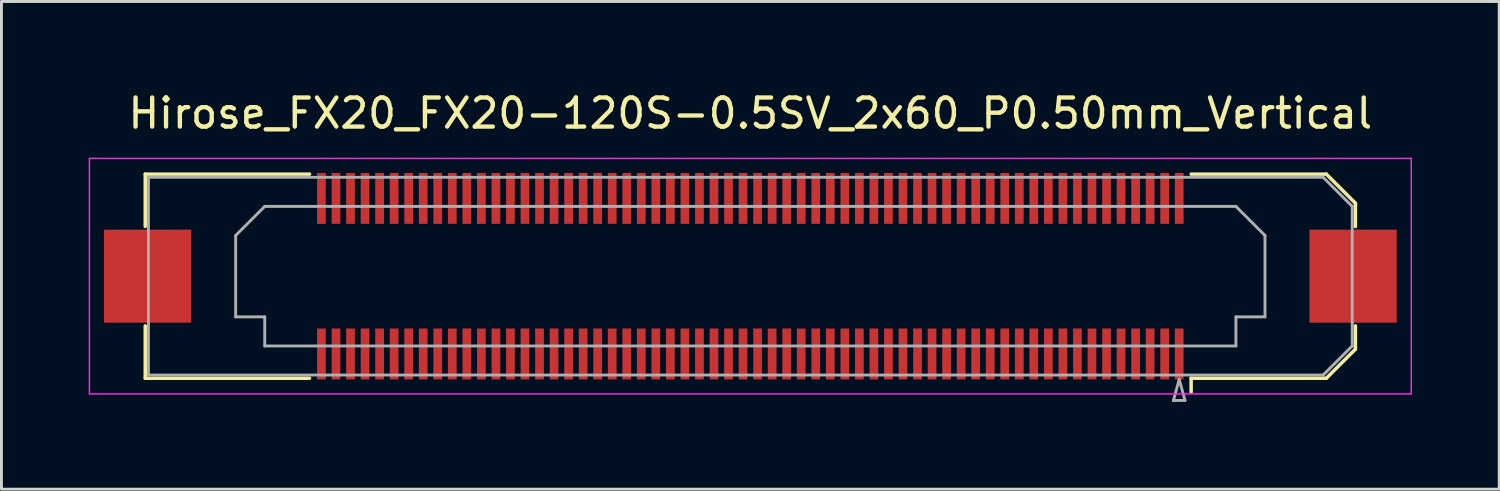
<source format=kicad_pcb>
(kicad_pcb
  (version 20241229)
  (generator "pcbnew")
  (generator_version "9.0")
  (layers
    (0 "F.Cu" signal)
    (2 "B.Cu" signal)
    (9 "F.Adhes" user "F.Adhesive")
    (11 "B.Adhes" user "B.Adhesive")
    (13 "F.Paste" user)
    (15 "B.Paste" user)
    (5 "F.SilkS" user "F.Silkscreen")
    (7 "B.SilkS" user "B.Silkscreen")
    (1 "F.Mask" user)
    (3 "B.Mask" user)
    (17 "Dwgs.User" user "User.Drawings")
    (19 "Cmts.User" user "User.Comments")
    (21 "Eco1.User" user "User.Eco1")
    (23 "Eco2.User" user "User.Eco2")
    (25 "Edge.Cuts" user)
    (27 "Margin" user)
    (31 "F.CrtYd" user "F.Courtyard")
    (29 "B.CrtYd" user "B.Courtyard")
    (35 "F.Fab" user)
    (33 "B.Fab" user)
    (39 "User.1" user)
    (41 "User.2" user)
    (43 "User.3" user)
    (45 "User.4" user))
  (footprint "Hirose_FX20_FX20-120S-0.5SV_2x60_P0.50mm_Vertical"
    (layer "F.Cu")
    (at 22.755 6.448)
    (property "Reference" "Hirose_FX20_FX20-120S-0.5SV_2x60_P0.50mm_Vertical" (at 0 -5.6 0) (layer "F.SilkS") (effects (font (size 1 1) (thickness 0.15))))
    (attr smd)
    (fp_line (start -20.81 -3.51) (end -15.16 -3.51) (stroke (width 0.12) (type solid)) (layer "F.SilkS"))
    (fp_line (start -20.81 -1.71) (end -20.81 -3.51) (stroke (width 0.12) (type solid)) (layer "F.SilkS"))
    (fp_line (start -20.81 3.51) (end -20.81 1.71) (stroke (width 0.12) (type solid)) (layer "F.SilkS"))
    (fp_line (start -15.16 3.51) (end -20.81 3.51) (stroke (width 0.12) (type solid)) (layer "F.SilkS"))
    (fp_line (start 15.16 3.51) (end 19.81 3.51) (stroke (width 0.12) (type solid)) (layer "F.SilkS"))
    (fp_line (start 15.16 3.983) (end 15.16 3.51) (stroke (width 0.12) (type solid)) (layer "F.SilkS"))
    (fp_line (start 19.81 -3.51) (end 15.16 -3.51) (stroke (width 0.12) (type solid)) (layer "F.SilkS"))
    (fp_line (start 19.81 3.51) (end 20.81 2.51) (stroke (width 0.12) (type solid)) (layer "F.SilkS"))
    (fp_line (start 20.81 -2.51) (end 19.81 -3.51) (stroke (width 0.12) (type solid)) (layer "F.SilkS"))
    (fp_line (start 20.81 -1.71) (end 20.81 -2.51) (stroke (width 0.12) (type solid)) (layer "F.SilkS"))
    (fp_line (start 20.81 2.51) (end 20.81 1.71) (stroke (width 0.12) (type solid)) (layer "F.SilkS"))
    (fp_line (start -22.73 -4.05) (end -22.73 4.05) (stroke (width 0.05) (type solid)) (layer "F.CrtYd"))
    (fp_line (start -22.73 4.05) (end 22.73 4.05) (stroke (width 0.05) (type solid)) (layer "F.CrtYd"))
    (fp_line (start 22.73 -4.05) (end -22.73 -4.05) (stroke (width 0.05) (type solid)) (layer "F.CrtYd"))
    (fp_line (start 22.73 4.05) (end 22.73 -4.05) (stroke (width 0.05) (type solid)) (layer "F.CrtYd"))
    (fp_line (start -20.7 -3.4) (end 19.7 -3.4) (stroke (width 0.1) (type solid)) (layer "F.Fab"))
    (fp_line (start -20.7 3.4) (end -20.7 -3.4) (stroke (width 0.1) (type solid)) (layer "F.Fab"))
    (fp_line (start -17.7 -1.4) (end -16.7 -2.4) (stroke (width 0.1) (type solid)) (layer "F.Fab"))
    (fp_line (start -17.7 1.4) (end -17.7 -1.4) (stroke (width 0.1) (type solid)) (layer "F.Fab"))
    (fp_line (start -16.7 -2.4) (end 16.7 -2.4) (stroke (width 0.1) (type solid)) (layer "F.Fab"))
    (fp_line (start -16.7 1.4) (end -17.7 1.4) (stroke (width 0.1) (type solid)) (layer "F.Fab"))
    (fp_line (start -16.7 2.4) (end -16.7 1.4) (stroke (width 0.1) (type solid)) (layer "F.Fab"))
    (fp_line (start 14.55 4.275) (end 14.95 4.275) (stroke (width 0.1) (type solid)) (layer "F.Fab"))
    (fp_line (start 14.75 3.55) (end 14.55 4.275) (stroke (width 0.1) (type solid)) (layer "F.Fab"))
    (fp_line (start 14.95 4.275) (end 14.75 3.55) (stroke (width 0.1) (type solid)) (layer "F.Fab"))
    (fp_line (start 16.7 -2.4) (end 17.7 -1.4) (stroke (width 0.1) (type solid)) (layer "F.Fab"))
    (fp_line (start 16.7 1.4) (end 16.7 2.4) (stroke (width 0.1) (type solid)) (layer "F.Fab"))
    (fp_line (start 16.7 2.4) (end -16.7 2.4) (stroke (width 0.1) (type solid)) (layer "F.Fab"))
    (fp_line (start 17.7 -1.4) (end 17.7 1.4) (stroke (width 0.1) (type solid)) (layer "F.Fab"))
    (fp_line (start 17.7 1.4) (end 16.7 1.4) (stroke (width 0.1) (type solid)) (layer "F.Fab"))
    (fp_line (start 19.7 -3.4) (end 20.7 -2.4) (stroke (width 0.1) (type solid)) (layer "F.Fab"))
    (fp_line (start 19.7 3.4) (end -20.7 3.4) (stroke (width 0.1) (type solid)) (layer "F.Fab"))
    (fp_line (start 20.7 -2.4) (end 20.7 2.4) (stroke (width 0.1) (type solid)) (layer "F.Fab"))
    (fp_line (start 20.7 2.4) (end 19.7 3.4) (stroke (width 0.1) (type solid)) (layer "F.Fab"))
    (pad "" smd rect (at -20.73 0) (size 2.98 3.18) (layers "F.Paste"))
    (pad "" smd rect (at -20.73 0) (size 3 3.2) (layers "F.Cu" "F.Mask"))
    (pad "" smd rect (at -14.75 -2.875) (size 0.28 1.35) (layers "F.Paste"))
    (pad "" smd rect (at -14.75 2.875) (size 0.28 1.35) (layers "F.Paste"))
    (pad "" smd rect (at -14.25 -2.875) (size 0.28 1.35) (layers "F.Paste"))
    (pad "" smd rect (at -14.25 2.875) (size 0.28 1.35) (layers "F.Paste"))
    (pad "" smd rect (at -13.75 -2.875) (size 0.28 1.35) (layers "F.Paste"))
    (pad "" smd rect (at -13.75 2.875) (size 0.28 1.35) (layers "F.Paste"))
    (pad "" smd rect (at -13.25 -2.875) (size 0.28 1.35) (layers "F.Paste"))
    (pad "" smd rect (at -13.25 2.875) (size 0.28 1.35) (layers "F.Paste"))
    (pad "" smd rect (at -12.75 -2.875) (size 0.28 1.35) (layers "F.Paste"))
    (pad "" smd rect (at -12.75 2.875) (size 0.28 1.35) (layers "F.Paste"))
    (pad "" smd rect (at -12.25 -2.875) (size 0.28 1.35) (layers "F.Paste"))
    (pad "" smd rect (at -12.25 2.875) (size 0.28 1.35) (layers "F.Paste"))
    (pad "" smd rect (at -11.75 -2.875) (size 0.28 1.35) (layers "F.Paste"))
    (pad "" smd rect (at -11.75 2.875) (size 0.28 1.35) (layers "F.Paste"))
    (pad "" smd rect (at -11.25 -2.875) (size 0.28 1.35) (layers "F.Paste"))
    (pad "" smd rect (at -11.25 2.875) (size 0.28 1.35) (layers "F.Paste"))
    (pad "" smd rect (at -10.75 -2.875) (size 0.28 1.35) (layers "F.Paste"))
    (pad "" smd rect (at -10.75 2.875) (size 0.28 1.35) (layers "F.Paste"))
    (pad "" smd rect (at -10.25 -2.875) (size 0.28 1.35) (layers "F.Paste"))
    (pad "" smd rect (at -10.25 2.875) (size 0.28 1.35) (layers "F.Paste"))
    (pad "" smd rect (at -9.75 -2.875) (size 0.28 1.35) (layers "F.Paste"))
    (pad "" smd rect (at -9.75 2.875) (size 0.28 1.35) (layers "F.Paste"))
    (pad "" smd rect (at -9.25 -2.875) (size 0.28 1.35) (layers "F.Paste"))
    (pad "" smd rect (at -9.25 2.875) (size 0.28 1.35) (layers "F.Paste"))
    (pad "" smd rect (at -8.75 -2.875) (size 0.28 1.35) (layers "F.Paste"))
    (pad "" smd rect (at -8.75 2.875) (size 0.28 1.35) (layers "F.Paste"))
    (pad "" smd rect (at -8.25 -2.875) (size 0.28 1.35) (layers "F.Paste"))
    (pad "" smd rect (at -8.25 2.875) (size 0.28 1.35) (layers "F.Paste"))
    (pad "" smd rect (at -7.75 -2.875) (size 0.28 1.35) (layers "F.Paste"))
    (pad "" smd rect (at -7.75 2.875) (size 0.28 1.35) (layers "F.Paste"))
    (pad "" smd rect (at -7.25 -2.875) (size 0.28 1.35) (layers "F.Paste"))
    (pad "" smd rect (at -7.25 2.875) (size 0.28 1.35) (layers "F.Paste"))
    (pad "" smd rect (at -6.75 -2.875) (size 0.28 1.35) (layers "F.Paste"))
    (pad "" smd rect (at -6.75 2.875) (size 0.28 1.35) (layers "F.Paste"))
    (pad "" smd rect (at -6.25 -2.875) (size 0.28 1.35) (layers "F.Paste"))
    (pad "" smd rect (at -6.25 2.875) (size 0.28 1.35) (layers "F.Paste"))
    (pad "" smd rect (at -5.75 -2.875) (size 0.28 1.35) (layers "F.Paste"))
    (pad "" smd rect (at -5.75 2.875) (size 0.28 1.35) (layers "F.Paste"))
    (pad "" smd rect (at -5.25 -2.875) (size 0.28 1.35) (layers "F.Paste"))
    (pad "" smd rect (at -5.25 2.875) (size 0.28 1.35) (layers "F.Paste"))
    (pad "" smd rect (at -4.75 -2.875) (size 0.28 1.35) (layers "F.Paste"))
    (pad "" smd rect (at -4.75 2.875) (size 0.28 1.35) (layers "F.Paste"))
    (pad "" smd rect (at -4.25 -2.875) (size 0.28 1.35) (layers "F.Paste"))
    (pad "" smd rect (at -4.25 2.875) (size 0.28 1.35) (layers "F.Paste"))
    (pad "" smd rect (at -3.75 -2.875) (size 0.28 1.35) (layers "F.Paste"))
    (pad "" smd rect (at -3.75 2.875) (size 0.28 1.35) (layers "F.Paste"))
    (pad "" smd rect (at -3.25 -2.875) (size 0.28 1.35) (layers "F.Paste"))
    (pad "" smd rect (at -3.25 2.875) (size 0.28 1.35) (layers "F.Paste"))
    (pad "" smd rect (at -2.75 -2.875) (size 0.28 1.35) (layers "F.Paste"))
    (pad "" smd rect (at -2.75 2.875) (size 0.28 1.35) (layers "F.Paste"))
    (pad "" smd rect (at -2.25 -2.875) (size 0.28 1.35) (layers "F.Paste"))
    (pad "" smd rect (at -2.25 2.875) (size 0.28 1.35) (layers "F.Paste"))
    (pad "" smd rect (at -1.75 -2.875) (size 0.28 1.35) (layers "F.Paste"))
    (pad "" smd rect (at -1.75 2.875) (size 0.28 1.35) (layers "F.Paste"))
    (pad "" smd rect (at -1.25 -2.875) (size 0.28 1.35) (layers "F.Paste"))
    (pad "" smd rect (at -1.25 2.875) (size 0.28 1.35) (layers "F.Paste"))
    (pad "" smd rect (at -0.75 -2.875) (size 0.28 1.35) (layers "F.Paste"))
    (pad "" smd rect (at -0.75 2.875) (size 0.28 1.35) (layers "F.Paste"))
    (pad "" smd rect (at -0.25 -2.875) (size 0.28 1.35) (layers "F.Paste"))
    (pad "" smd rect (at -0.25 2.875) (size 0.28 1.35) (layers "F.Paste"))
    (pad "" smd rect (at 0.25 -2.875) (size 0.28 1.35) (layers "F.Paste"))
    (pad "" smd rect (at 0.25 2.875) (size 0.28 1.35) (layers "F.Paste"))
    (pad "" smd rect (at 0.75 -2.875) (size 0.28 1.35) (layers "F.Paste"))
    (pad "" smd rect (at 0.75 2.875) (size 0.28 1.35) (layers "F.Paste"))
    (pad "" smd rect (at 1.25 -2.875) (size 0.28 1.35) (layers "F.Paste"))
    (pad "" smd rect (at 1.25 2.875) (size 0.28 1.35) (layers "F.Paste"))
    (pad "" smd rect (at 1.75 -2.875) (size 0.28 1.35) (layers "F.Paste"))
    (pad "" smd rect (at 1.75 2.875) (size 0.28 1.35) (layers "F.Paste"))
    (pad "" smd rect (at 2.25 -2.875) (size 0.28 1.35) (layers "F.Paste"))
    (pad "" smd rect (at 2.25 2.875) (size 0.28 1.35) (layers "F.Paste"))
    (pad "" smd rect (at 2.75 -2.875) (size 0.28 1.35) (layers "F.Paste"))
    (pad "" smd rect (at 2.75 2.875) (size 0.28 1.35) (layers "F.Paste"))
    (pad "" smd rect (at 3.25 -2.875) (size 0.28 1.35) (layers "F.Paste"))
    (pad "" smd rect (at 3.25 2.875) (size 0.28 1.35) (layers "F.Paste"))
    (pad "" smd rect (at 3.75 -2.875) (size 0.28 1.35) (layers "F.Paste"))
    (pad "" smd rect (at 3.75 2.875) (size 0.28 1.35) (layers "F.Paste"))
    (pad "" smd rect (at 4.25 -2.875) (size 0.28 1.35) (layers "F.Paste"))
    (pad "" smd rect (at 4.25 2.875) (size 0.28 1.35) (layers "F.Paste"))
    (pad "" smd rect (at 4.75 -2.875) (size 0.28 1.35) (layers "F.Paste"))
    (pad "" smd rect (at 4.75 2.875) (size 0.28 1.35) (layers "F.Paste"))
    (pad "" smd rect (at 5.25 -2.875) (size 0.28 1.35) (layers "F.Paste"))
    (pad "" smd rect (at 5.25 2.875) (size 0.28 1.35) (layers "F.Paste"))
    (pad "" smd rect (at 5.75 -2.875) (size 0.28 1.35) (layers "F.Paste"))
    (pad "" smd rect (at 5.75 2.875) (size 0.28 1.35) (layers "F.Paste"))
    (pad "" smd rect (at 6.25 -2.875) (size 0.28 1.35) (layers "F.Paste"))
    (pad "" smd rect (at 6.25 2.875) (size 0.28 1.35) (layers "F.Paste"))
    (pad "" smd rect (at 6.75 -2.875) (size 0.28 1.35) (layers "F.Paste"))
    (pad "" smd rect (at 6.75 2.875) (size 0.28 1.35) (layers "F.Paste"))
    (pad "" smd rect (at 7.25 -2.875) (size 0.28 1.35) (layers "F.Paste"))
    (pad "" smd rect (at 7.25 2.875) (size 0.28 1.35) (layers "F.Paste"))
    (pad "" smd rect (at 7.75 -2.875) (size 0.28 1.35) (layers "F.Paste"))
    (pad "" smd rect (at 7.75 2.875) (size 0.28 1.35) (layers "F.Paste"))
    (pad "" smd rect (at 8.25 -2.875) (size 0.28 1.35) (layers "F.Paste"))
    (pad "" smd rect (at 8.25 2.875) (size 0.28 1.35) (layers "F.Paste"))
    (pad "" smd rect (at 8.75 -2.875) (size 0.28 1.35) (layers "F.Paste"))
    (pad "" smd rect (at 8.75 2.875) (size 0.28 1.35) (layers "F.Paste"))
    (pad "" smd rect (at 9.25 -2.875) (size 0.28 1.35) (layers "F.Paste"))
    (pad "" smd rect (at 9.25 2.875) (size 0.28 1.35) (layers "F.Paste"))
    (pad "" smd rect (at 9.75 -2.875) (size 0.28 1.35) (layers "F.Paste"))
    (pad "" smd rect (at 9.75 2.875) (size 0.28 1.35) (layers "F.Paste"))
    (pad "" smd rect (at 10.25 -2.875) (size 0.28 1.35) (layers "F.Paste"))
    (pad "" smd rect (at 10.25 2.875) (size 0.28 1.35) (layers "F.Paste"))
    (pad "" smd rect (at 10.75 -2.875) (size 0.28 1.35) (layers "F.Paste"))
    (pad "" smd rect (at 10.75 2.875) (size 0.28 1.35) (layers "F.Paste"))
    (pad "" smd rect (at 11.25 -2.875) (size 0.28 1.35) (layers "F.Paste"))
    (pad "" smd rect (at 11.25 2.875) (size 0.28 1.35) (layers "F.Paste"))
    (pad "" smd rect (at 11.75 -2.875) (size 0.28 1.35) (layers "F.Paste"))
    (pad "" smd rect (at 11.75 2.875) (size 0.28 1.35) (layers "F.Paste"))
    (pad "" smd rect (at 12.25 -2.875) (size 0.28 1.35) (layers "F.Paste"))
    (pad "" smd rect (at 12.25 2.875) (size 0.28 1.35) (layers "F.Paste"))
    (pad "" smd rect (at 12.75 -2.875) (size 0.28 1.35) (layers "F.Paste"))
    (pad "" smd rect (at 12.75 2.875) (size 0.28 1.35) (layers "F.Paste"))
    (pad "" smd rect (at 13.25 -2.875) (size 0.28 1.35) (layers "F.Paste"))
    (pad "" smd rect (at 13.25 2.875) (size 0.28 1.35) (layers "F.Paste"))
    (pad "" smd rect (at 13.75 -2.875) (size 0.28 1.35) (layers "F.Paste"))
    (pad "" smd rect (at 13.75 2.875) (size 0.28 1.35) (layers "F.Paste"))
    (pad "" smd rect (at 14.25 -2.875) (size 0.28 1.35) (layers "F.Paste"))
    (pad "" smd rect (at 14.25 2.875) (size 0.28 1.35) (layers "F.Paste"))
    (pad "" smd rect (at 14.75 -2.875) (size 0.28 1.35) (layers "F.Paste"))
    (pad "" smd rect (at 14.75 2.875) (size 0.28 1.35) (layers "F.Paste"))
    (pad "" smd rect (at 20.73 0) (size 2.98 3.18) (layers "F.Paste"))
    (pad "" smd rect (at 20.73 0) (size 3 3.2) (layers "F.Cu" "F.Mask"))
    (pad "1" smd rect (at 14.75 2.675) (size 0.3 1.75) (layers "F.Cu" "F.Mask"))
    (pad "2" smd rect (at 14.75 -2.675) (size 0.3 1.75) (layers "F.Cu" "F.Mask"))
    (pad "3" smd rect (at 14.25 2.675) (size 0.3 1.75) (layers "F.Cu" "F.Mask"))
    (pad "4" smd rect (at 14.25 -2.675) (size 0.3 1.75) (layers "F.Cu" "F.Mask"))
    (pad "5" smd rect (at 13.75 2.675) (size 0.3 1.75) (layers "F.Cu" "F.Mask"))
    (pad "6" smd rect (at 13.75 -2.675) (size 0.3 1.75) (layers "F.Cu" "F.Mask"))
    (pad "7" smd rect (at 13.25 2.675) (size 0.3 1.75) (layers "F.Cu" "F.Mask"))
    (pad "8" smd rect (at 13.25 -2.675) (size 0.3 1.75) (layers "F.Cu" "F.Mask"))
    (pad "9" smd rect (at 12.75 2.675) (size 0.3 1.75) (layers "F.Cu" "F.Mask"))
    (pad "10" smd rect (at 12.75 -2.675) (size 0.3 1.75) (layers "F.Cu" "F.Mask"))
    (pad "11" smd rect (at 12.25 2.675) (size 0.3 1.75) (layers "F.Cu" "F.Mask"))
    (pad "12" smd rect (at 12.25 -2.675) (size 0.3 1.75) (layers "F.Cu" "F.Mask"))
    (pad "13" smd rect (at 11.75 2.675) (size 0.3 1.75) (layers "F.Cu" "F.Mask"))
    (pad "14" smd rect (at 11.75 -2.675) (size 0.3 1.75) (layers "F.Cu" "F.Mask"))
    (pad "15" smd rect (at 11.25 2.675) (size 0.3 1.75) (layers "F.Cu" "F.Mask"))
    (pad "16" smd rect (at 11.25 -2.675) (size 0.3 1.75) (layers "F.Cu" "F.Mask"))
    (pad "17" smd rect (at 10.75 2.675) (size 0.3 1.75) (layers "F.Cu" "F.Mask"))
    (pad "18" smd rect (at 10.75 -2.675) (size 0.3 1.75) (layers "F.Cu" "F.Mask"))
    (pad "19" smd rect (at 10.25 2.675) (size 0.3 1.75) (layers "F.Cu" "F.Mask"))
    (pad "20" smd rect (at 10.25 -2.675) (size 0.3 1.75) (layers "F.Cu" "F.Mask"))
    (pad "21" smd rect (at 9.75 2.675) (size 0.3 1.75) (layers "F.Cu" "F.Mask"))
    (pad "22" smd rect (at 9.75 -2.675) (size 0.3 1.75) (layers "F.Cu" "F.Mask"))
    (pad "23" smd rect (at 9.25 2.675) (size 0.3 1.75) (layers "F.Cu" "F.Mask"))
    (pad "24" smd rect (at 9.25 -2.675) (size 0.3 1.75) (layers "F.Cu" "F.Mask"))
    (pad "25" smd rect (at 8.75 2.675) (size 0.3 1.75) (layers "F.Cu" "F.Mask"))
    (pad "26" smd rect (at 8.75 -2.675) (size 0.3 1.75) (layers "F.Cu" "F.Mask"))
    (pad "27" smd rect (at 8.25 2.675) (size 0.3 1.75) (layers "F.Cu" "F.Mask"))
    (pad "28" smd rect (at 8.25 -2.675) (size 0.3 1.75) (layers "F.Cu" "F.Mask"))
    (pad "29" smd rect (at 7.75 2.675) (size 0.3 1.75) (layers "F.Cu" "F.Mask"))
    (pad "30" smd rect (at 7.75 -2.675) (size 0.3 1.75) (layers "F.Cu" "F.Mask"))
    (pad "31" smd rect (at 7.25 2.675) (size 0.3 1.75) (layers "F.Cu" "F.Mask"))
    (pad "32" smd rect (at 7.25 -2.675) (size 0.3 1.75) (layers "F.Cu" "F.Mask"))
    (pad "33" smd rect (at 6.75 2.675) (size 0.3 1.75) (layers "F.Cu" "F.Mask"))
    (pad "34" smd rect (at 6.75 -2.675) (size 0.3 1.75) (layers "F.Cu" "F.Mask"))
    (pad "35" smd rect (at 6.25 2.675) (size 0.3 1.75) (layers "F.Cu" "F.Mask"))
    (pad "36" smd rect (at 6.25 -2.675) (size 0.3 1.75) (layers "F.Cu" "F.Mask"))
    (pad "37" smd rect (at 5.75 2.675) (size 0.3 1.75) (layers "F.Cu" "F.Mask"))
    (pad "38" smd rect (at 5.75 -2.675) (size 0.3 1.75) (layers "F.Cu" "F.Mask"))
    (pad "39" smd rect (at 5.25 2.675) (size 0.3 1.75) (layers "F.Cu" "F.Mask"))
    (pad "40" smd rect (at 5.25 -2.675) (size 0.3 1.75) (layers "F.Cu" "F.Mask"))
    (pad "41" smd rect (at 4.75 2.675) (size 0.3 1.75) (layers "F.Cu" "F.Mask"))
    (pad "42" smd rect (at 4.75 -2.675) (size 0.3 1.75) (layers "F.Cu" "F.Mask"))
    (pad "43" smd rect (at 4.25 2.675) (size 0.3 1.75) (layers "F.Cu" "F.Mask"))
    (pad "44" smd rect (at 4.25 -2.675) (size 0.3 1.75) (layers "F.Cu" "F.Mask"))
    (pad "45" smd rect (at 3.75 2.675) (size 0.3 1.75) (layers "F.Cu" "F.Mask"))
    (pad "46" smd rect (at 3.75 -2.675) (size 0.3 1.75) (layers "F.Cu" "F.Mask"))
    (pad "47" smd rect (at 3.25 2.675) (size 0.3 1.75) (layers "F.Cu" "F.Mask"))
    (pad "48" smd rect (at 3.25 -2.675) (size 0.3 1.75) (layers "F.Cu" "F.Mask"))
    (pad "49" smd rect (at 2.75 2.675) (size 0.3 1.75) (layers "F.Cu" "F.Mask"))
    (pad "50" smd rect (at 2.75 -2.675) (size 0.3 1.75) (layers "F.Cu" "F.Mask"))
    (pad "51" smd rect (at 2.25 2.675) (size 0.3 1.75) (layers "F.Cu" "F.Mask"))
    (pad "52" smd rect (at 2.25 -2.675) (size 0.3 1.75) (layers "F.Cu" "F.Mask"))
    (pad "53" smd rect (at 1.75 2.675) (size 0.3 1.75) (layers "F.Cu" "F.Mask"))
    (pad "54" smd rect (at 1.75 -2.675) (size 0.3 1.75) (layers "F.Cu" "F.Mask"))
    (pad "55" smd rect (at 1.25 2.675) (size 0.3 1.75) (layers "F.Cu" "F.Mask"))
    (pad "56" smd rect (at 1.25 -2.675) (size 0.3 1.75) (layers "F.Cu" "F.Mask"))
    (pad "57" smd rect (at 0.75 2.675) (size 0.3 1.75) (layers "F.Cu" "F.Mask"))
    (pad "58" smd rect (at 0.75 -2.675) (size 0.3 1.75) (layers "F.Cu" "F.Mask"))
    (pad "59" smd rect (at 0.25 2.675) (size 0.3 1.75) (layers "F.Cu" "F.Mask"))
    (pad "60" smd rect (at 0.25 -2.675) (size 0.3 1.75) (layers "F.Cu" "F.Mask"))
    (pad "61" smd rect (at -0.25 2.675) (size 0.3 1.75) (layers "F.Cu" "F.Mask"))
    (pad "62" smd rect (at -0.25 -2.675) (size 0.3 1.75) (layers "F.Cu" "F.Mask"))
    (pad "63" smd rect (at -0.75 2.675) (size 0.3 1.75) (layers "F.Cu" "F.Mask"))
    (pad "64" smd rect (at -0.75 -2.675) (size 0.3 1.75) (layers "F.Cu" "F.Mask"))
    (pad "65" smd rect (at -1.25 2.675) (size 0.3 1.75) (layers "F.Cu" "F.Mask"))
    (pad "66" smd rect (at -1.25 -2.675) (size 0.3 1.75) (layers "F.Cu" "F.Mask"))
    (pad "67" smd rect (at -1.75 2.675) (size 0.3 1.75) (layers "F.Cu" "F.Mask"))
    (pad "68" smd rect (at -1.75 -2.675) (size 0.3 1.75) (layers "F.Cu" "F.Mask"))
    (pad "69" smd rect (at -2.25 2.675) (size 0.3 1.75) (layers "F.Cu" "F.Mask"))
    (pad "70" smd rect (at -2.25 -2.675) (size 0.3 1.75) (layers "F.Cu" "F.Mask"))
    (pad "71" smd rect (at -2.75 2.675) (size 0.3 1.75) (layers "F.Cu" "F.Mask"))
    (pad "72" smd rect (at -2.75 -2.675) (size 0.3 1.75) (layers "F.Cu" "F.Mask"))
    (pad "73" smd rect (at -3.25 2.675) (size 0.3 1.75) (layers "F.Cu" "F.Mask"))
    (pad "74" smd rect (at -3.25 -2.675) (size 0.3 1.75) (layers "F.Cu" "F.Mask"))
    (pad "75" smd rect (at -3.75 2.675) (size 0.3 1.75) (layers "F.Cu" "F.Mask"))
    (pad "76" smd rect (at -3.75 -2.675) (size 0.3 1.75) (layers "F.Cu" "F.Mask"))
    (pad "77" smd rect (at -4.25 2.675) (size 0.3 1.75) (layers "F.Cu" "F.Mask"))
    (pad "78" smd rect (at -4.25 -2.675) (size 0.3 1.75) (layers "F.Cu" "F.Mask"))
    (pad "79" smd rect (at -4.75 2.675) (size 0.3 1.75) (layers "F.Cu" "F.Mask"))
    (pad "80" smd rect (at -4.75 -2.675) (size 0.3 1.75) (layers "F.Cu" "F.Mask"))
    (pad "81" smd rect (at -5.25 2.675) (size 0.3 1.75) (layers "F.Cu" "F.Mask"))
    (pad "82" smd rect (at -5.25 -2.675) (size 0.3 1.75) (layers "F.Cu" "F.Mask"))
    (pad "83" smd rect (at -5.75 2.675) (size 0.3 1.75) (layers "F.Cu" "F.Mask"))
    (pad "84" smd rect (at -5.75 -2.675) (size 0.3 1.75) (layers "F.Cu" "F.Mask"))
    (pad "85" smd rect (at -6.25 2.675) (size 0.3 1.75) (layers "F.Cu" "F.Mask"))
    (pad "86" smd rect (at -6.25 -2.675) (size 0.3 1.75) (layers "F.Cu" "F.Mask"))
    (pad "87" smd rect (at -6.75 2.675) (size 0.3 1.75) (layers "F.Cu" "F.Mask"))
    (pad "88" smd rect (at -6.75 -2.675) (size 0.3 1.75) (layers "F.Cu" "F.Mask"))
    (pad "89" smd rect (at -7.25 2.675) (size 0.3 1.75) (layers "F.Cu" "F.Mask"))
    (pad "90" smd rect (at -7.25 -2.675) (size 0.3 1.75) (layers "F.Cu" "F.Mask"))
    (pad "91" smd rect (at -7.75 2.675) (size 0.3 1.75) (layers "F.Cu" "F.Mask"))
    (pad "92" smd rect (at -7.75 -2.675) (size 0.3 1.75) (layers "F.Cu" "F.Mask"))
    (pad "93" smd rect (at -8.25 2.675) (size 0.3 1.75) (layers "F.Cu" "F.Mask"))
    (pad "94" smd rect (at -8.25 -2.675) (size 0.3 1.75) (layers "F.Cu" "F.Mask"))
    (pad "95" smd rect (at -8.75 2.675) (size 0.3 1.75) (layers "F.Cu" "F.Mask"))
    (pad "96" smd rect (at -8.75 -2.675) (size 0.3 1.75) (layers "F.Cu" "F.Mask"))
    (pad "97" smd rect (at -9.25 2.675) (size 0.3 1.75) (layers "F.Cu" "F.Mask"))
    (pad "98" smd rect (at -9.25 -2.675) (size 0.3 1.75) (layers "F.Cu" "F.Mask"))
    (pad "99" smd rect (at -9.75 2.675) (size 0.3 1.75) (layers "F.Cu" "F.Mask"))
    (pad "100" smd rect (at -9.75 -2.675) (size 0.3 1.75) (layers "F.Cu" "F.Mask"))
    (pad "101" smd rect (at -10.25 2.675) (size 0.3 1.75) (layers "F.Cu" "F.Mask"))
    (pad "102" smd rect (at -10.25 -2.675) (size 0.3 1.75) (layers "F.Cu" "F.Mask"))
    (pad "103" smd rect (at -10.75 2.675) (size 0.3 1.75) (layers "F.Cu" "F.Mask"))
    (pad "104" smd rect (at -10.75 -2.675) (size 0.3 1.75) (layers "F.Cu" "F.Mask"))
    (pad "105" smd rect (at -11.25 2.675) (size 0.3 1.75) (layers "F.Cu" "F.Mask"))
    (pad "106" smd rect (at -11.25 -2.675) (size 0.3 1.75) (layers "F.Cu" "F.Mask"))
    (pad "107" smd rect (at -11.75 2.675) (size 0.3 1.75) (layers "F.Cu" "F.Mask"))
    (pad "108" smd rect (at -11.75 -2.675) (size 0.3 1.75) (layers "F.Cu" "F.Mask"))
    (pad "109" smd rect (at -12.25 2.675) (size 0.3 1.75) (layers "F.Cu" "F.Mask"))
    (pad "110" smd rect (at -12.25 -2.675) (size 0.3 1.75) (layers "F.Cu" "F.Mask"))
    (pad "111" smd rect (at -12.75 2.675) (size 0.3 1.75) (layers "F.Cu" "F.Mask"))
    (pad "112" smd rect (at -12.75 -2.675) (size 0.3 1.75) (layers "F.Cu" "F.Mask"))
    (pad "113" smd rect (at -13.25 2.675) (size 0.3 1.75) (layers "F.Cu" "F.Mask"))
    (pad "114" smd rect (at -13.25 -2.675) (size 0.3 1.75) (layers "F.Cu" "F.Mask"))
    (pad "115" smd rect (at -13.75 2.675) (size 0.3 1.75) (layers "F.Cu" "F.Mask"))
    (pad "116" smd rect (at -13.75 -2.675) (size 0.3 1.75) (layers "F.Cu" "F.Mask"))
    (pad "117" smd rect (at -14.25 2.675) (size 0.3 1.75) (layers "F.Cu" "F.Mask"))
    (pad "118" smd rect (at -14.25 -2.675) (size 0.3 1.75) (layers "F.Cu" "F.Mask"))
    (pad "119" smd rect (at -14.75 2.675) (size 0.3 1.75) (layers "F.Cu" "F.Mask"))
    (pad "120" smd rect (at -14.75 -2.675) (size 0.3 1.75) (layers "F.Cu" "F.Mask")))
  (gr_rect
    (start -3 -3)
    (end 48.51 13.773)
    (stroke (width 0.1) (type default))
    (fill no)
    (layer "Edge.Cuts")))
</source>
